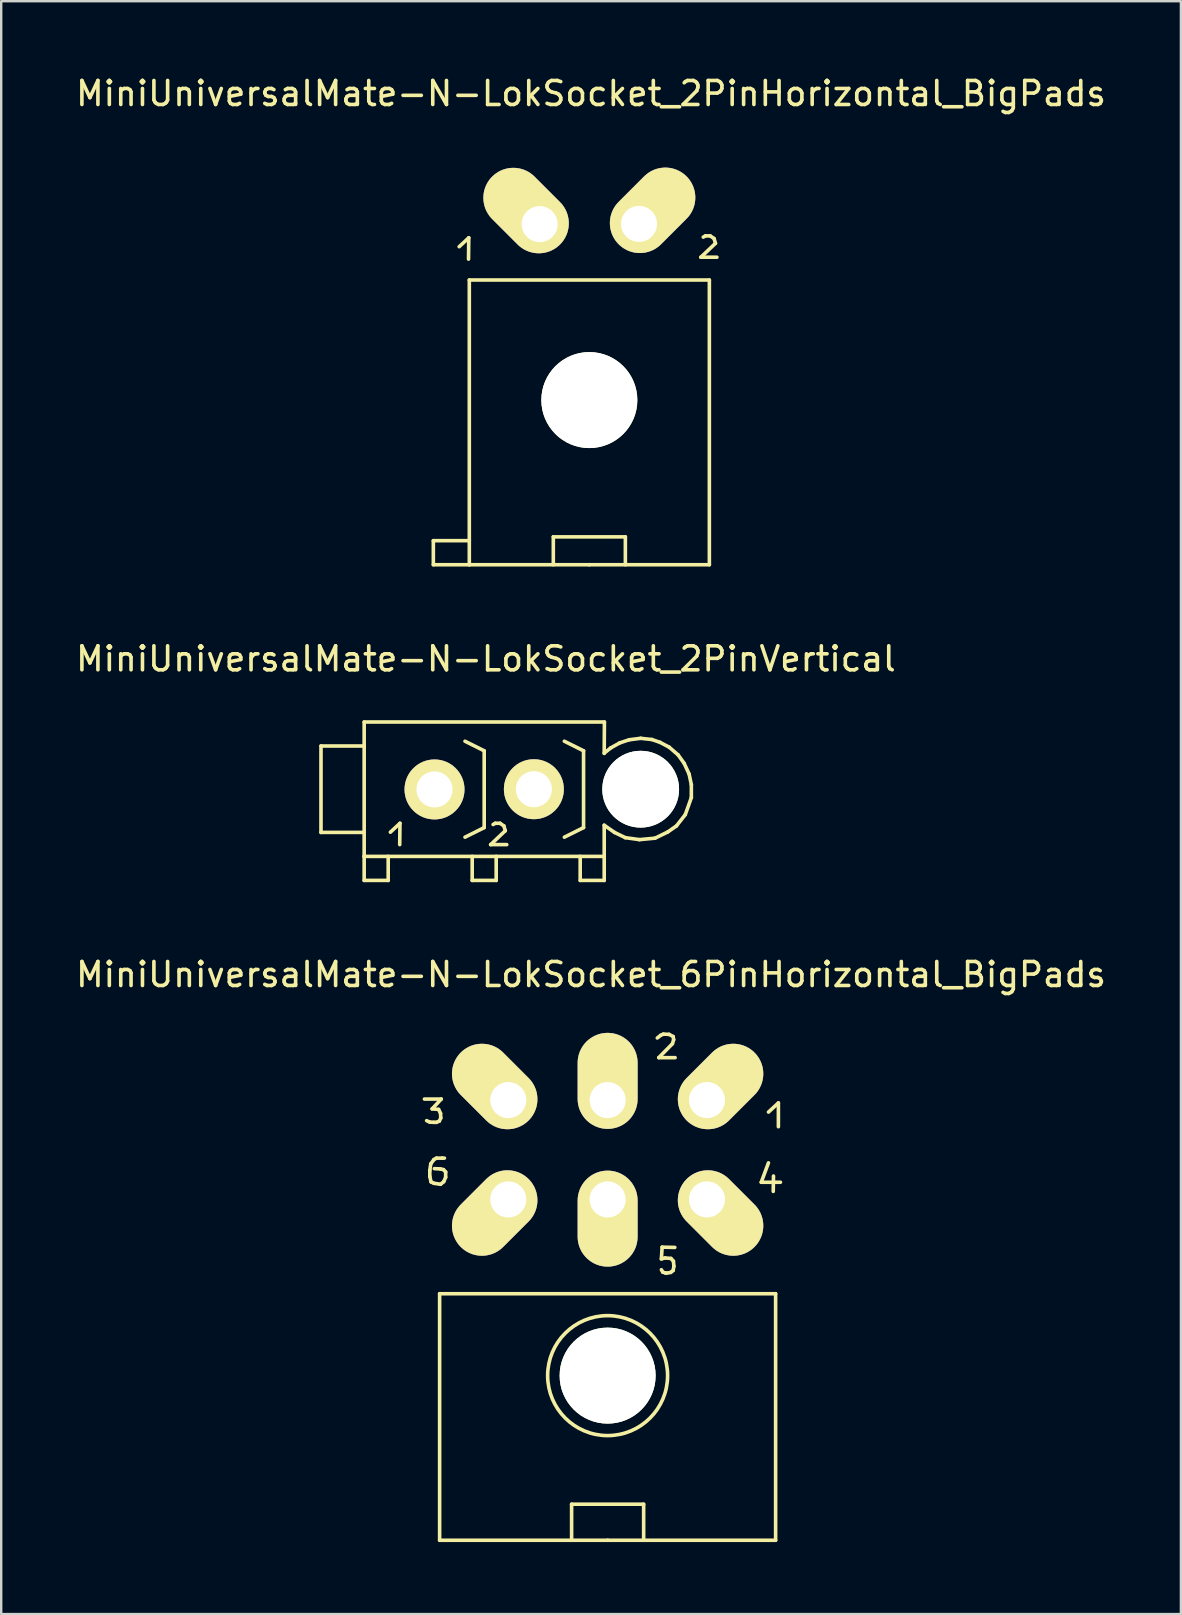
<source format=kicad_pcb>
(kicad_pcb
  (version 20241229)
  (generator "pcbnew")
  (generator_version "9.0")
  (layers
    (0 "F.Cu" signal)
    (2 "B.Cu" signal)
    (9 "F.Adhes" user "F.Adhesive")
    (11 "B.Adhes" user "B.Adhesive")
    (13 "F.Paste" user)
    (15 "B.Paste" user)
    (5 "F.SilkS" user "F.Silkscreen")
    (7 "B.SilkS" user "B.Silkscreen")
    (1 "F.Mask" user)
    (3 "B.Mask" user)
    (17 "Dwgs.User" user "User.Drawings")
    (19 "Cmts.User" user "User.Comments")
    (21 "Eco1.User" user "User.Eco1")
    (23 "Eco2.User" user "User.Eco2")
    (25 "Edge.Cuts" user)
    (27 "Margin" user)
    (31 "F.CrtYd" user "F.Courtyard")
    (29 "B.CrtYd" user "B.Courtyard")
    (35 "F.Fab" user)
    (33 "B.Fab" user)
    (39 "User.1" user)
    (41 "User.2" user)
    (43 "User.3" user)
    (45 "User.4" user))
  (footprint "MiniUniversalMate-N-LokSocket_6PinHorizontal_BigPads"
    (layer "F.Cu")
    (at 22.268 44.857)
    (property "Reference" "MiniUniversalMate-N-LokSocket_6PinHorizontal_BigPads" (at -0.691 -7.3 0) (layer "F.SilkS") (effects (font (size 1 1) (thickness 0.15))))
    (attr through_hole)
    (fp_line (start -7.633 -2.113) (end -6.932 -2.113) (stroke (width 0.15) (type solid)) (layer "F.SilkS"))
    (fp_line (start -7.412 -1.153) (end -7.541 -1.212) (stroke (width 0.15) (type solid)) (layer "F.SilkS"))
    (fp_line (start -7.409 0.859) (end -7.409 1.118) (stroke (width 0.15) (type solid)) (layer "F.SilkS"))
    (fp_line (start -7.409 1.118) (end -7.358 1.339) (stroke (width 0.15) (type solid)) (layer "F.SilkS"))
    (fp_line (start -7.369 0.587) (end -7.409 0.859) (stroke (width 0.15) (type solid)) (layer "F.SilkS"))
    (fp_line (start -7.358 1.339) (end -7.239 1.397) (stroke (width 0.15) (type solid)) (layer "F.SilkS"))
    (fp_line (start -7.313 -1.702) (end -7.043 -1.681) (stroke (width 0.15) (type solid)) (layer "F.SilkS"))
    (fp_line (start -7.242 -1.143) (end -7.412 -1.153) (stroke (width 0.15) (type solid)) (layer "F.SilkS"))
    (fp_line (start -7.239 0.409) (end -7.369 0.587) (stroke (width 0.15) (type solid)) (layer "F.SilkS"))
    (fp_line (start -7.239 1.397) (end -6.96 1.438) (stroke (width 0.15) (type solid)) (layer "F.SilkS"))
    (fp_line (start -7.132 -1.143) (end -7.242 -1.143) (stroke (width 0.15) (type solid)) (layer "F.SilkS"))
    (fp_line (start -7.13 0.348) (end -7.239 0.409) (stroke (width 0.15) (type solid)) (layer "F.SilkS"))
    (fp_line (start -7.043 -1.681) (end -6.962 -1.514) (stroke (width 0.15) (type solid)) (layer "F.SilkS"))
    (fp_line (start -7.013 -1.194) (end -7.132 -1.143) (stroke (width 0.15) (type solid)) (layer "F.SilkS"))
    (fp_line (start -7 5.999) (end 7 5.999) (stroke (width 0.15) (type solid)) (layer "F.SilkS"))
    (fp_line (start -7 16.271) (end -7 5.999) (stroke (width 0.15) (type solid)) (layer "F.SilkS"))
    (fp_line (start -6.97 0.798) (end -7.219 0.787) (stroke (width 0.15) (type solid)) (layer "F.SilkS"))
    (fp_line (start -6.962 -1.514) (end -6.952 -1.323) (stroke (width 0.15) (type solid)) (layer "F.SilkS"))
    (fp_line (start -6.96 1.438) (end -6.828 1.328) (stroke (width 0.15) (type solid)) (layer "F.SilkS"))
    (fp_line (start -6.952 -1.323) (end -7.013 -1.194) (stroke (width 0.15) (type solid)) (layer "F.SilkS"))
    (fp_line (start -6.932 -2.113) (end -7.313 -1.702) (stroke (width 0.15) (type solid)) (layer "F.SilkS"))
    (fp_line (start -6.899 0.348) (end -7.13 0.348) (stroke (width 0.15) (type solid)) (layer "F.SilkS"))
    (fp_line (start -6.838 0.828) (end -6.97 0.798) (stroke (width 0.15) (type solid)) (layer "F.SilkS"))
    (fp_line (start -6.828 1.328) (end -6.749 1.148) (stroke (width 0.15) (type solid)) (layer "F.SilkS"))
    (fp_line (start -6.8 0.348) (end -6.899 0.348) (stroke (width 0.15) (type solid)) (layer "F.SilkS"))
    (fp_line (start -6.749 0.927) (end -6.838 0.828) (stroke (width 0.15) (type solid)) (layer "F.SilkS"))
    (fp_line (start -6.749 1.148) (end -6.749 0.927) (stroke (width 0.15) (type solid)) (layer "F.SilkS"))
    (fp_line (start -1.501 14.77) (end -1.501 16.271) (stroke (width 0.15) (type solid)) (layer "F.SilkS"))
    (fp_line (start 0 16.271) (end -7 16.271) (stroke (width 0.15) (type solid)) (layer "F.SilkS"))
    (fp_line (start 0 16.271) (end 7 16.271) (stroke (width 0.15) (type solid)) (layer "F.SilkS"))
    (fp_line (start 1.501 14.77) (end -1.501 14.77) (stroke (width 0.15) (type solid)) (layer "F.SilkS"))
    (fp_line (start 1.501 16.271) (end 1.501 14.77) (stroke (width 0.15) (type solid)) (layer "F.SilkS"))
    (fp_line (start 2.07 -4.658) (end 2.21 -4.768) (stroke (width 0.15) (type solid)) (layer "F.SilkS"))
    (fp_line (start 2.131 -3.838) (end 2.812 -3.838) (stroke (width 0.15) (type solid)) (layer "F.SilkS"))
    (fp_line (start 2.21 -4.768) (end 2.322 -4.818) (stroke (width 0.15) (type solid)) (layer "F.SilkS"))
    (fp_line (start 2.24 4.549) (end 2.39 4.508) (stroke (width 0.15) (type solid)) (layer "F.SilkS"))
    (fp_line (start 2.271 4.059) (end 2.24 4.549) (stroke (width 0.15) (type solid)) (layer "F.SilkS"))
    (fp_line (start 2.299 5.1) (end 2.24 4.999) (stroke (width 0.15) (type solid)) (layer "F.SilkS"))
    (fp_line (start 2.322 -4.818) (end 2.56 -4.808) (stroke (width 0.15) (type solid)) (layer "F.SilkS"))
    (fp_line (start 2.39 4.508) (end 2.639 4.529) (stroke (width 0.15) (type solid)) (layer "F.SilkS"))
    (fp_line (start 2.4 5.131) (end 2.299 5.1) (stroke (width 0.15) (type solid)) (layer "F.SilkS"))
    (fp_line (start 2.459 5.141) (end 2.4 5.131) (stroke (width 0.15) (type solid)) (layer "F.SilkS"))
    (fp_line (start 2.56 -4.808) (end 2.731 -4.717) (stroke (width 0.15) (type solid)) (layer "F.SilkS"))
    (fp_line (start 2.629 5.11) (end 2.459 5.141) (stroke (width 0.15) (type solid)) (layer "F.SilkS"))
    (fp_line (start 2.639 4.529) (end 2.741 4.641) (stroke (width 0.15) (type solid)) (layer "F.SilkS"))
    (fp_line (start 2.7 -4.417) (end 2.131 -3.838) (stroke (width 0.15) (type solid)) (layer "F.SilkS"))
    (fp_line (start 2.731 -4.717) (end 2.751 -4.587) (stroke (width 0.15) (type solid)) (layer "F.SilkS"))
    (fp_line (start 2.731 5.029) (end 2.629 5.11) (stroke (width 0.15) (type solid)) (layer "F.SilkS"))
    (fp_line (start 2.741 4.641) (end 2.761 4.849) (stroke (width 0.15) (type solid)) (layer "F.SilkS"))
    (fp_line (start 2.751 -4.587) (end 2.7 -4.417) (stroke (width 0.15) (type solid)) (layer "F.SilkS"))
    (fp_line (start 2.761 4.849) (end 2.731 5.029) (stroke (width 0.15) (type solid)) (layer "F.SilkS"))
    (fp_line (start 2.799 4.069) (end 2.271 4.059) (stroke (width 0.15) (type solid)) (layer "F.SilkS"))
    (fp_line (start 6.401 1.354) (end 7.201 1.354) (stroke (width 0.15) (type solid)) (layer "F.SilkS"))
    (fp_line (start 6.701 0.546) (end 6.401 1.354) (stroke (width 0.15) (type solid)) (layer "F.SilkS"))
    (fp_line (start 6.703 -1.57) (end 7.115 -1.951) (stroke (width 0.15) (type solid)) (layer "F.SilkS"))
    (fp_line (start 6.901 1.735) (end 6.911 1.095) (stroke (width 0.15) (type solid)) (layer "F.SilkS"))
    (fp_line (start 7 5.999) (end 7 16.271) (stroke (width 0.15) (type solid)) (layer "F.SilkS"))
    (fp_line (start 7.115 -1.951) (end 7.115 -0.96) (stroke (width 0.15) (type solid)) (layer "F.SilkS"))
    (fp_circle (center 0 9.411) (end 2.499 9.411) (stroke (width 0.15) (type solid)) (fill no) (layer "F.SilkS"))
    (pad "" np_thru_hole circle (at 0 9.411) (size 4 4) (drill 4) (layers "*.Cu" "*.Mask" "F.SilkS"))
    (pad "1" thru_hole oval (at 4.14 -2.07 45) (size 4 2.499) (drill 1.501 (offset 0.8 0)) (layers "*.Cu" "*.Mask" "F.SilkS"))
    (pad "2" thru_hole oval (at 0 -2.07 90) (size 4 2.499) (drill 1.501 (offset 0.8 0)) (layers "*.Cu" "*.Mask" "F.SilkS"))
    (pad "3" thru_hole oval (at -4.14 -2.07 315) (size 4 2.499) (drill 1.501 (offset -0.8 0)) (layers "*.Cu" "*.Mask" "F.SilkS"))
    (pad "4" thru_hole oval (at 4.14 2.07 315) (size 4 2.499) (drill 1.501 (offset 0.8 0)) (layers "*.Cu" "*.Mask" "F.SilkS"))
    (pad "5" thru_hole oval (at 0 2.07 90) (size 4 2.499) (drill 1.501 (offset -0.8 0)) (layers "*.Cu" "*.Mask" "F.SilkS"))
    (pad "6" thru_hole oval (at -4.14 2.07 45) (size 4 2.499) (drill 1.501 (offset -0.8 0)) (layers "*.Cu" "*.Mask" "F.SilkS")))
  (footprint "MiniUniversalMate-N-LokSocket_2PinHorizontal_BigPads"
    (layer "F.Cu")
    (at 21.506 6.279)
    (property "Reference" "MiniUniversalMate-N-LokSocket_2PinHorizontal_BigPads" (at 0.071 -5.431 0) (layer "F.SilkS") (effects (font (size 1 1) (thickness 0.15))))
    (attr through_hole)
    (fp_line (start -6.5 13.2) (end -5.001 13.2) (stroke (width 0.15) (type solid)) (layer "F.SilkS"))
    (fp_line (start -6.5 14.201) (end -6.5 13.2) (stroke (width 0.15) (type solid)) (layer "F.SilkS"))
    (fp_line (start -5.423 0.95) (end -5.024 0.579) (stroke (width 0.15) (type solid)) (layer "F.SilkS"))
    (fp_line (start -5.024 0.579) (end -5.034 1.468) (stroke (width 0.15) (type solid)) (layer "F.SilkS"))
    (fp_line (start -5.001 2.339) (end 5.001 2.339) (stroke (width 0.15) (type solid)) (layer "F.SilkS"))
    (fp_line (start -5.001 14.201) (end -6.5 14.201) (stroke (width 0.15) (type solid)) (layer "F.SilkS"))
    (fp_line (start -5.001 14.201) (end -5.001 2.339) (stroke (width 0.15) (type solid)) (layer "F.SilkS"))
    (fp_line (start -1.501 13.04) (end -1.501 14.201) (stroke (width 0.15) (type solid)) (layer "F.SilkS"))
    (fp_line (start 0 14.201) (end -5.001 14.201) (stroke (width 0.15) (type solid)) (layer "F.SilkS"))
    (fp_line (start 0 14.201) (end 5.001 14.201) (stroke (width 0.15) (type solid)) (layer "F.SilkS"))
    (fp_line (start 1.501 13.04) (end -1.501 13.04) (stroke (width 0.15) (type solid)) (layer "F.SilkS"))
    (fp_line (start 1.501 14.201) (end 1.501 13.04) (stroke (width 0.15) (type solid)) (layer "F.SilkS"))
    (fp_line (start 4.646 1.389) (end 5.316 1.389) (stroke (width 0.15) (type solid)) (layer "F.SilkS"))
    (fp_line (start 4.747 0.551) (end 4.836 0.5) (stroke (width 0.15) (type solid)) (layer "F.SilkS"))
    (fp_line (start 4.836 0.5) (end 5.037 0.5) (stroke (width 0.15) (type solid)) (layer "F.SilkS"))
    (fp_line (start 5.001 2.339) (end 5.001 14.201) (stroke (width 0.15) (type solid)) (layer "F.SilkS"))
    (fp_line (start 5.037 0.5) (end 5.197 0.61) (stroke (width 0.15) (type solid)) (layer "F.SilkS"))
    (fp_line (start 5.197 0.61) (end 5.255 0.81) (stroke (width 0.15) (type solid)) (layer "F.SilkS"))
    (fp_line (start 5.255 0.81) (end 4.646 1.389) (stroke (width 0.15) (type solid)) (layer "F.SilkS"))
    (pad "" np_thru_hole circle (at 0 7.341) (size 4 4) (drill 4) (layers "*.Cu" "*.Mask" "F.SilkS"))
    (pad "1" thru_hole oval (at -2.07 0.01 315) (size 4 2.499) (drill 1.501 (offset -0.8 0)) (layers "*.Cu" "*.Mask" "F.SilkS"))
    (pad "2" thru_hole oval (at 2.07 0 45) (size 4 2.499) (drill 1.501 (offset 0.8 0)) (layers "*.Cu" "*.Mask" "F.SilkS")))
  (footprint "MiniUniversalMate-N-LokSocket_2PinVertical"
    (layer "F.Cu")
    (at 17.125 29.834)
    (property "Reference" "MiniUniversalMate-N-LokSocket_2PinVertical" (at 0.071 -5.431 0) (layer "F.SilkS") (effects (font (size 1 1) (thickness 0.15))))
    (attr through_hole)
    (fp_line (start -6.8 -1.801) (end -6.8 1.801) (stroke (width 0.15) (type solid)) (layer "F.SilkS"))
    (fp_line (start -6.8 1.801) (end -5.001 1.801) (stroke (width 0.15) (type solid)) (layer "F.SilkS"))
    (fp_line (start -5.001 -2.799) (end -5.001 2.799) (stroke (width 0.15) (type solid)) (layer "F.SilkS"))
    (fp_line (start -5.001 -2.799) (end 5.009 -2.799) (stroke (width 0.15) (type solid)) (layer "F.SilkS"))
    (fp_line (start -5.001 -1.801) (end -6.8 -1.801) (stroke (width 0.15) (type solid)) (layer "F.SilkS"))
    (fp_line (start -5.001 2.799) (end -5.001 3.8) (stroke (width 0.15) (type solid)) (layer "F.SilkS"))
    (fp_line (start -5.001 2.799) (end 5.001 2.799) (stroke (width 0.15) (type solid)) (layer "F.SilkS"))
    (fp_line (start -5.001 3.8) (end -4 3.8) (stroke (width 0.15) (type solid)) (layer "F.SilkS"))
    (fp_line (start -4 3.8) (end -4 2.799) (stroke (width 0.15) (type solid)) (layer "F.SilkS"))
    (fp_line (start -3.909 1.791) (end -3.51 1.42) (stroke (width 0.15) (type solid)) (layer "F.SilkS"))
    (fp_line (start -3.51 1.42) (end -3.52 2.309) (stroke (width 0.15) (type solid)) (layer "F.SilkS"))
    (fp_line (start -0.5 3.8) (end -0.5 2.799) (stroke (width 0.15) (type solid)) (layer "F.SilkS"))
    (fp_line (start 0 -1.6) (end -0.8 -1.999) (stroke (width 0.15) (type solid)) (layer "F.SilkS"))
    (fp_line (start 0 -1.6) (end 0 1.6) (stroke (width 0.15) (type solid)) (layer "F.SilkS"))
    (fp_line (start 0 1.6) (end -0.8 1.999) (stroke (width 0.15) (type solid)) (layer "F.SilkS"))
    (fp_line (start 0.269 2.309) (end 0.94 2.309) (stroke (width 0.15) (type solid)) (layer "F.SilkS"))
    (fp_line (start 0.371 1.471) (end 0.46 1.42) (stroke (width 0.15) (type solid)) (layer "F.SilkS"))
    (fp_line (start 0.46 1.42) (end 0.66 1.42) (stroke (width 0.15) (type solid)) (layer "F.SilkS"))
    (fp_line (start 0.5 2.799) (end 0.5 3.8) (stroke (width 0.15) (type solid)) (layer "F.SilkS"))
    (fp_line (start 0.5 3.8) (end -0.5 3.8) (stroke (width 0.15) (type solid)) (layer "F.SilkS"))
    (fp_line (start 0.66 1.42) (end 0.82 1.529) (stroke (width 0.15) (type solid)) (layer "F.SilkS"))
    (fp_line (start 0.82 1.529) (end 0.879 1.73) (stroke (width 0.15) (type solid)) (layer "F.SilkS"))
    (fp_line (start 0.879 1.73) (end 0.269 2.309) (stroke (width 0.15) (type solid)) (layer "F.SilkS"))
    (fp_line (start 4 3.8) (end 4 2.799) (stroke (width 0.15) (type solid)) (layer "F.SilkS"))
    (fp_line (start 4.14 -1.6) (end 3.34 -1.999) (stroke (width 0.15) (type solid)) (layer "F.SilkS"))
    (fp_line (start 4.14 -1.6) (end 4.14 1.6) (stroke (width 0.15) (type solid)) (layer "F.SilkS"))
    (fp_line (start 4.14 1.6) (end 3.34 1.999) (stroke (width 0.15) (type solid)) (layer "F.SilkS"))
    (fp_line (start 5.001 -1.501) (end 5.271 -1.72) (stroke (width 0.15) (type solid)) (layer "F.SilkS"))
    (fp_line (start 5.001 2.799) (end 5.001 1.501) (stroke (width 0.15) (type solid)) (layer "F.SilkS"))
    (fp_line (start 5.001 2.799) (end 5.001 3.8) (stroke (width 0.15) (type solid)) (layer "F.SilkS"))
    (fp_line (start 5.001 3.8) (end 4 3.8) (stroke (width 0.15) (type solid)) (layer "F.SilkS"))
    (fp_line (start 5.009 -2.799) (end 5.001 -1.491) (stroke (width 0.15) (type solid)) (layer "F.SilkS"))
    (fp_line (start 5.271 -1.72) (end 5.649 -1.93) (stroke (width 0.15) (type solid)) (layer "F.SilkS"))
    (fp_line (start 5.431 1.801) (end 5.001 1.501) (stroke (width 0.15) (type solid)) (layer "F.SilkS"))
    (fp_line (start 5.649 -1.93) (end 6.04 -2.06) (stroke (width 0.15) (type solid)) (layer "F.SilkS"))
    (fp_line (start 5.88 2.019) (end 5.431 1.801) (stroke (width 0.15) (type solid)) (layer "F.SilkS"))
    (fp_line (start 6.04 -2.06) (end 6.52 -2.121) (stroke (width 0.15) (type solid)) (layer "F.SilkS"))
    (fp_line (start 6.469 2.101) (end 5.88 2.019) (stroke (width 0.15) (type solid)) (layer "F.SilkS"))
    (fp_line (start 6.52 -2.121) (end 6.99 -2.07) (stroke (width 0.15) (type solid)) (layer "F.SilkS"))
    (fp_line (start 6.99 -2.07) (end 7.33 -1.951) (stroke (width 0.15) (type solid)) (layer "F.SilkS"))
    (fp_line (start 7.12 2.04) (end 6.469 2.101) (stroke (width 0.15) (type solid)) (layer "F.SilkS"))
    (fp_line (start 7.33 -1.951) (end 7.709 -1.75) (stroke (width 0.15) (type solid)) (layer "F.SilkS"))
    (fp_line (start 7.65 1.781) (end 7.12 2.04) (stroke (width 0.15) (type solid)) (layer "F.SilkS"))
    (fp_line (start 7.709 -1.75) (end 8.08 -1.43) (stroke (width 0.15) (type solid)) (layer "F.SilkS"))
    (fp_line (start 8.011 1.529) (end 7.65 1.781) (stroke (width 0.15) (type solid)) (layer "F.SilkS"))
    (fp_line (start 8.08 -1.43) (end 8.331 -1.079) (stroke (width 0.15) (type solid)) (layer "F.SilkS"))
    (fp_line (start 8.331 -1.079) (end 8.539 -0.63) (stroke (width 0.15) (type solid)) (layer "F.SilkS"))
    (fp_line (start 8.379 1.059) (end 8.011 1.529) (stroke (width 0.15) (type solid)) (layer "F.SilkS"))
    (fp_line (start 8.539 -0.63) (end 8.631 -0.191) (stroke (width 0.15) (type solid)) (layer "F.SilkS"))
    (fp_line (start 8.631 -0.191) (end 8.631 0.351) (stroke (width 0.15) (type solid)) (layer "F.SilkS"))
    (fp_line (start 8.631 0.351) (end 8.379 1.059) (stroke (width 0.15) (type solid)) (layer "F.SilkS"))
    (pad "" np_thru_hole circle (at 6.52 0) (size 3.2 3.2) (drill 3.2) (layers "*.Cu" "*.Mask" "F.SilkS"))
    (pad "1" thru_hole circle (at -2.07 0.01 90) (size 2.499 2.499) (drill 1.501) (layers "*.Cu" "*.Mask" "F.SilkS"))
    (pad "2" thru_hole circle (at 2.07 0 90) (size 2.499 2.499) (drill 1.501) (layers "*.Cu" "*.Mask" "F.SilkS")))
  (gr_rect
    (start -3 -3)
    (end 46.155 64.203)
    (stroke (width 0.1) (type default))
    (fill no)
    (layer "Edge.Cuts")))
</source>
